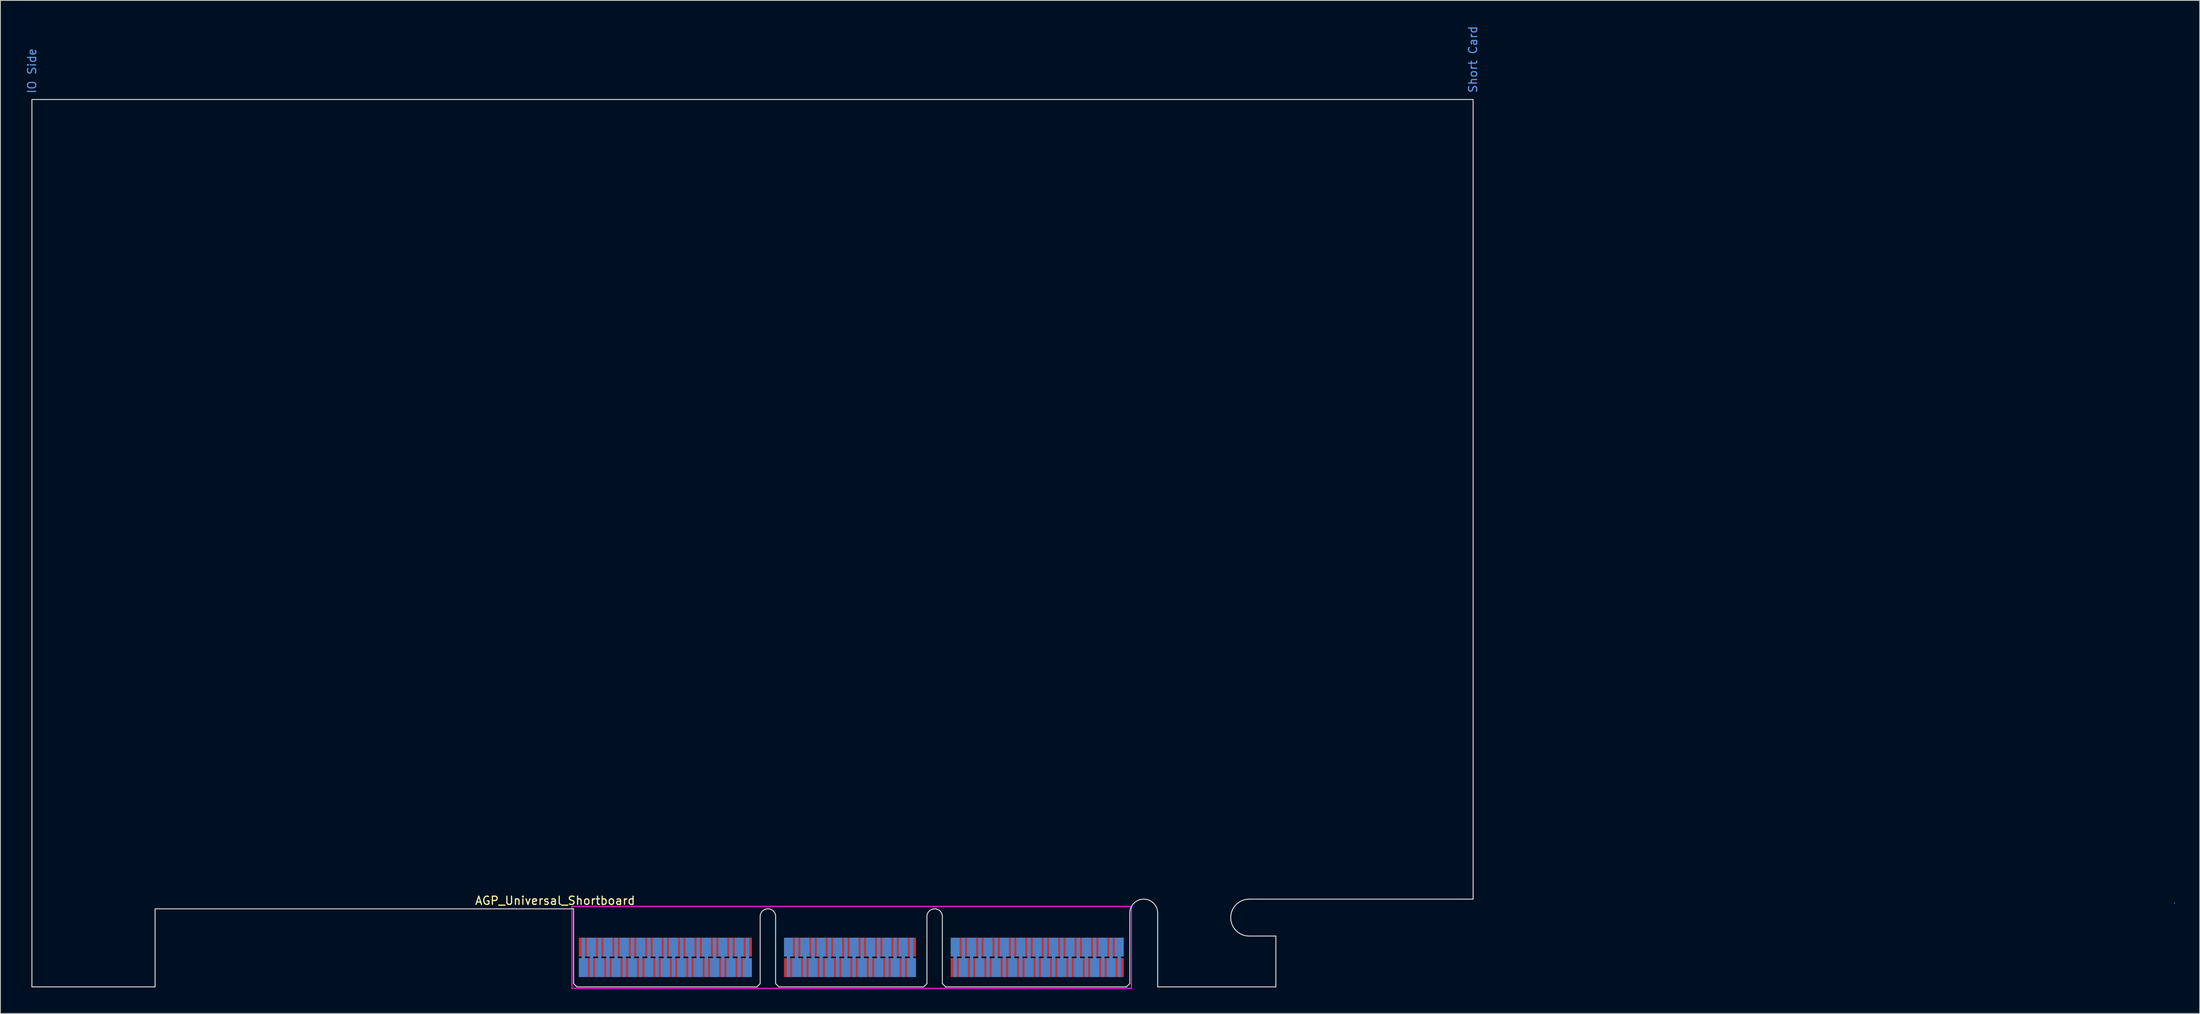
<source format=kicad_pcb>
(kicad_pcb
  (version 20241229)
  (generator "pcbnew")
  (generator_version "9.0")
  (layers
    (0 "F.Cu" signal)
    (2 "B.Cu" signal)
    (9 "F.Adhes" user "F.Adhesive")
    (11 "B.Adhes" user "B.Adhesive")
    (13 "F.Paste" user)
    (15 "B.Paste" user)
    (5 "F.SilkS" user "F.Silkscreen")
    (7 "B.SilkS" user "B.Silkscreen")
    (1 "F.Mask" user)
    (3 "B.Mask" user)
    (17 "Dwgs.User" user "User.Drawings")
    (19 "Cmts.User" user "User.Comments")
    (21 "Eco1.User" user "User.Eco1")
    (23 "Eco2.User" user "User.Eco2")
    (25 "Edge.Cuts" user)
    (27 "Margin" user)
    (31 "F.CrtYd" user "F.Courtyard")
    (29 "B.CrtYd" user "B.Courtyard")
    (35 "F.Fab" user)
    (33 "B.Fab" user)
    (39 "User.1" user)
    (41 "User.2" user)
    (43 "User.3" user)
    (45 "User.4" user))
  (footprint "AGP_Universal_Shortboard"
    (layer "F.Cu")
    (at 66.848 107.796)
    (property "Reference" "AGP_Universal_Shortboard" (at -2.25 -1 0) (unlocked yes) (layer "F.SilkS") (effects (font (size 1 1) (thickness 0.15))))
    (fp_line (start 195.1 -0.7) (end 195.1 -0.7) (stroke (width 0.12) (type solid)) (layer "Cmts.User"))
    (fp_line (start -66.01 -98.71) (end 109.62 -98.71) (stroke (width 0.12) (type solid)) (layer "Edge.Cuts"))
    (fp_line (start -66.01 9.52) (end -66.01 -98.71) (stroke (width 0.12) (type solid)) (layer "Edge.Cuts"))
    (fp_line (start -51 0) (end -51 9.52) (stroke (width 0.12) (type solid)) (layer "Edge.Cuts"))
    (fp_line (start -51 9.52) (end -66.01 9.52) (stroke (width 0.12) (type solid)) (layer "Edge.Cuts"))
    (fp_line (start 0 0) (end -51 0) (stroke (width 0.12) (type solid)) (layer "Edge.Cuts"))
    (fp_line (start 0 9.12) (end 0 0) (stroke (width 0.12) (type solid)) (layer "Edge.Cuts"))
    (fp_line (start 0 9.12) (end 0.4 9.52) (stroke (width 0.12) (type solid)) (layer "Edge.Cuts"))
    (fp_line (start 0.4 9.52) (end 22.34 9.52) (stroke (width 0.12) (type solid)) (layer "Edge.Cuts"))
    (fp_line (start 22.74 0.94) (end 22.74 9.12) (stroke (width 0.12) (type solid)) (layer "Edge.Cuts"))
    (fp_line (start 22.74 9.12) (end 22.34 9.52) (stroke (width 0.12) (type solid)) (layer "Edge.Cuts"))
    (fp_line (start 24.62 0.94) (end 24.62 9.12) (stroke (width 0.12) (type solid)) (layer "Edge.Cuts"))
    (fp_line (start 24.62 9.12) (end 25.02 9.52) (stroke (width 0.12) (type solid)) (layer "Edge.Cuts"))
    (fp_line (start 25.02 9.52) (end 42.66 9.52) (stroke (width 0.12) (type solid)) (layer "Edge.Cuts"))
    (fp_line (start 43.06 0.94) (end 43.06 9.12) (stroke (width 0.12) (type solid)) (layer "Edge.Cuts"))
    (fp_line (start 43.06 9.12) (end 42.66 9.52) (stroke (width 0.12) (type solid)) (layer "Edge.Cuts"))
    (fp_line (start 44.94 0.94) (end 44.94 9.12) (stroke (width 0.12) (type solid)) (layer "Edge.Cuts"))
    (fp_line (start 44.94 9.12) (end 45.34 9.52) (stroke (width 0.12) (type solid)) (layer "Edge.Cuts"))
    (fp_line (start 45.34 9.52) (end 67.38 9.52) (stroke (width 0.12) (type solid)) (layer "Edge.Cuts"))
    (fp_line (start 67.78 9.12) (end 67.38 9.52) (stroke (width 0.12) (type solid)) (layer "Edge.Cuts"))
    (fp_line (start 67.78 9.12) (end 67.78 0.52) (stroke (width 0.12) (type solid)) (layer "Edge.Cuts"))
    (fp_line (start 71.18 9.52) (end 71.18 0.52) (stroke (width 0.12) (type solid)) (layer "Edge.Cuts"))
    (fp_line (start 71.18 9.52) (end 85.58 9.52) (stroke (width 0.12) (type solid)) (layer "Edge.Cuts"))
    (fp_line (start 82.33 -1.18) (end 109.62 -1.18) (stroke (width 0.12) (type solid)) (layer "Edge.Cuts"))
    (fp_line (start 85.58 3.32) (end 82.33 3.32) (stroke (width 0.12) (type solid)) (layer "Edge.Cuts"))
    (fp_line (start 85.58 9.52) (end 85.58 3.32) (stroke (width 0.12) (type solid)) (layer "Edge.Cuts"))
    (fp_line (start 109.62 -1.18) (end 109.62 -98.71) (stroke (width 0.12) (type solid)) (layer "Edge.Cuts"))
    (fp_arc (start 22.74 0.94) (mid 23.68 0) (end 24.62 0.94) (stroke (width 0.12) (type solid)) (layer "Edge.Cuts"))
    (fp_arc (start 43.06 0.94) (mid 44 0) (end 44.94 0.94) (stroke (width 0.12) (type solid)) (layer "Edge.Cuts"))
    (fp_arc (start 67.78 0.52) (mid 69.48 -1.18) (end 71.18 0.52) (stroke (width 0.12) (type solid)) (layer "Edge.Cuts"))
    (fp_arc (start 82.33 3.32) (mid 80.08 1.07) (end 82.33 -1.18) (stroke (width 0.12) (type solid)) (layer "Edge.Cuts"))
    (fp_rect (start -0.2 -0.3) (end 67.98 9.7) (stroke (width 0.12) (type solid)) (fill no) (layer "F.CrtYd"))
    (fp_text user "IO Side" (at -66 -102.2 90) (unlocked yes) (layer "Cmts.User") (effects (font (size 1 1) (thickness 0.15))))
    (fp_text user "Short Card" (at 109.6 -103.6 90) (unlocked yes) (layer "Cmts.User") (effects (font (size 1 1) (thickness 0.15))))
    (pad "A1" connect custom (at 1.18 7.17) (size 1.09 2.3) (layers "B.Cu" "B.Mask") (options (anchor rect)) (primitives (gr_poly (pts (xy -0.205 -1.15) (xy 0.205 -1.15) (xy 0.205 -3.65) (xy -0.205 -3.65)) (width 0) (fill yes))))
    (pad "A2" connect custom (at 2.18 4.67 180) (size 1.09 2.3) (layers "B.Cu" "B.Mask") (options (anchor rect)) (primitives (gr_poly (pts (xy -0.205 -1.15) (xy 0.205 -1.15) (xy 0.205 -3.65) (xy -0.205 -3.65)) (width 0) (fill yes))))
    (pad "A3" connect custom (at 3.18 7.17) (size 1.09 2.3) (layers "B.Cu" "B.Mask") (options (anchor rect)) (primitives (gr_poly (pts (xy -0.205 -1.15) (xy 0.205 -1.15) (xy 0.205 -3.65) (xy -0.205 -3.65)) (width 0) (fill yes))))
    (pad "A4" connect custom (at 4.18 4.67 180) (size 1.09 2.3) (layers "B.Cu" "B.Mask") (options (anchor rect)) (primitives (gr_poly (pts (xy -0.205 -1.15) (xy 0.205 -1.15) (xy 0.205 -3.65) (xy -0.205 -3.65)) (width 0) (fill yes))))
    (pad "A5" connect custom (at 5.18 7.17) (size 1.09 2.3) (layers "B.Cu" "B.Mask") (options (anchor rect)) (primitives (gr_poly (pts (xy -0.205 -1.15) (xy 0.205 -1.15) (xy 0.205 -3.65) (xy -0.205 -3.65)) (width 0) (fill yes))))
    (pad "A6" connect custom (at 6.18 4.67 180) (size 1.09 2.3) (layers "B.Cu" "B.Mask") (options (anchor rect)) (primitives (gr_poly (pts (xy -0.205 -1.15) (xy 0.205 -1.15) (xy 0.205 -3.65) (xy -0.205 -3.65)) (width 0) (fill yes))))
    (pad "A7" connect custom (at 7.18 7.17) (size 1.09 2.3) (layers "B.Cu" "B.Mask") (options (anchor rect)) (primitives (gr_poly (pts (xy -0.205 -1.15) (xy 0.205 -1.15) (xy 0.205 -3.65) (xy -0.205 -3.65)) (width 0) (fill yes))))
    (pad "A8" connect custom (at 8.18 4.67 180) (size 1.09 2.3) (layers "B.Cu" "B.Mask") (options (anchor rect)) (primitives (gr_poly (pts (xy -0.205 -1.15) (xy 0.205 -1.15) (xy 0.205 -3.65) (xy -0.205 -3.65)) (width 0) (fill yes))))
    (pad "A9" connect custom (at 9.18 7.17) (size 1.09 2.3) (layers "B.Cu" "B.Mask") (options (anchor rect)) (primitives (gr_poly (pts (xy -0.205 -1.15) (xy 0.205 -1.15) (xy 0.205 -3.65) (xy -0.205 -3.65)) (width 0) (fill yes))))
    (pad "A10" connect custom (at 10.18 4.67 180) (size 1.09 2.3) (layers "B.Cu" "B.Mask") (options (anchor rect)) (primitives (gr_poly (pts (xy -0.205 -1.15) (xy 0.205 -1.15) (xy 0.205 -3.65) (xy -0.205 -3.65)) (width 0) (fill yes))))
    (pad "A11" connect custom (at 11.18 7.17) (size 1.09 2.3) (layers "B.Cu" "B.Mask") (options (anchor rect)) (primitives (gr_poly (pts (xy -0.205 -1.15) (xy 0.205 -1.15) (xy 0.205 -3.65) (xy -0.205 -3.65)) (width 0) (fill yes))))
    (pad "A12" connect custom (at 12.18 4.67 180) (size 1.09 2.3) (layers "B.Cu" "B.Mask") (options (anchor rect)) (primitives (gr_poly (pts (xy -0.205 -1.15) (xy 0.205 -1.15) (xy 0.205 -3.65) (xy -0.205 -3.65)) (width 0) (fill yes))))
    (pad "A13" connect custom (at 13.18 7.17) (size 1.09 2.3) (layers "B.Cu" "B.Mask") (options (anchor rect)) (primitives (gr_poly (pts (xy -0.205 -1.15) (xy 0.205 -1.15) (xy 0.205 -3.65) (xy -0.205 -3.65)) (width 0) (fill yes))))
    (pad "A14" connect custom (at 14.18 4.67 180) (size 1.09 2.3) (layers "B.Cu" "B.Mask") (options (anchor rect)) (primitives (gr_poly (pts (xy -0.205 -1.15) (xy 0.205 -1.15) (xy 0.205 -3.65) (xy -0.205 -3.65)) (width 0) (fill yes))))
    (pad "A15" connect custom (at 15.18 7.17) (size 1.09 2.3) (layers "B.Cu" "B.Mask") (options (anchor rect)) (primitives (gr_poly (pts (xy -0.205 -1.15) (xy 0.205 -1.15) (xy 0.205 -3.65) (xy -0.205 -3.65)) (width 0) (fill yes))))
    (pad "A16" connect custom (at 16.18 4.67 180) (size 1.09 2.3) (layers "B.Cu" "B.Mask") (options (anchor rect)) (primitives (gr_poly (pts (xy -0.205 -1.15) (xy 0.205 -1.15) (xy 0.205 -3.65) (xy -0.205 -3.65)) (width 0) (fill yes))))
    (pad "A17" connect custom (at 17.18 7.17) (size 1.09 2.3) (layers "B.Cu" "B.Mask") (options (anchor rect)) (primitives (gr_poly (pts (xy -0.205 -1.15) (xy 0.205 -1.15) (xy 0.205 -3.65) (xy -0.205 -3.65)) (width 0) (fill yes))))
    (pad "A18" connect custom (at 18.18 4.67 180) (size 1.09 2.3) (layers "B.Cu" "B.Mask") (options (anchor rect)) (primitives (gr_poly (pts (xy -0.205 -1.15) (xy 0.205 -1.15) (xy 0.205 -3.65) (xy -0.205 -3.65)) (width 0) (fill yes))))
    (pad "A19" connect custom (at 19.18 7.17) (size 1.09 2.3) (layers "B.Cu" "B.Mask") (options (anchor rect)) (primitives (gr_poly (pts (xy -0.205 -1.15) (xy 0.205 -1.15) (xy 0.205 -3.65) (xy -0.205 -3.65)) (width 0) (fill yes))))
    (pad "A20" connect custom (at 20.18 4.67 180) (size 1.09 2.3) (layers "B.Cu" "B.Mask") (options (anchor rect)) (primitives (gr_poly (pts (xy -0.205 -1.15) (xy 0.205 -1.15) (xy 0.205 -3.65) (xy -0.205 -3.65)) (width 0) (fill yes))))
    (pad "A21" connect custom (at 21.18 7.17) (size 1.09 2.3) (layers "B.Cu" "B.Mask") (options (anchor rect)) (primitives (gr_poly (pts (xy -0.205 -1.15) (xy 0.205 -1.15) (xy 0.205 -3.65) (xy -0.205 -3.65)) (width 0) (fill yes))))
    (pad "A26" connect custom (at 26.18 4.67 180) (size 1.09 2.3) (layers "B.Cu" "B.Mask") (options (anchor rect)) (primitives (gr_poly (pts (xy -0.205 -1.15) (xy 0.205 -1.15) (xy 0.205 -3.65) (xy -0.205 -3.65)) (width 0) (fill yes))))
    (pad "A27" connect custom (at 27.18 7.17) (size 1.09 2.3) (layers "B.Cu" "B.Mask") (options (anchor rect)) (primitives (gr_poly (pts (xy -0.205 -1.15) (xy 0.205 -1.15) (xy 0.205 -3.65) (xy -0.205 -3.65)) (width 0) (fill yes))))
    (pad "A28" connect custom (at 28.18 4.67 180) (size 1.09 2.3) (layers "B.Cu" "B.Mask") (options (anchor rect)) (primitives (gr_poly (pts (xy -0.205 -1.15) (xy 0.205 -1.15) (xy 0.205 -3.65) (xy -0.205 -3.65)) (width 0) (fill yes))))
    (pad "A29" connect custom (at 29.18 7.17) (size 1.09 2.3) (layers "B.Cu" "B.Mask") (options (anchor rect)) (primitives (gr_poly (pts (xy -0.205 -1.15) (xy 0.205 -1.15) (xy 0.205 -3.65) (xy -0.205 -3.65)) (width 0) (fill yes))))
    (pad "A30" connect custom (at 30.18 4.67 180) (size 1.09 2.3) (layers "B.Cu" "B.Mask") (options (anchor rect)) (primitives (gr_poly (pts (xy -0.205 -1.15) (xy 0.205 -1.15) (xy 0.205 -3.65) (xy -0.205 -3.65)) (width 0) (fill yes))))
    (pad "A31" connect custom (at 31.18 7.17) (size 1.09 2.3) (layers "B.Cu" "B.Mask") (options (anchor rect)) (primitives (gr_poly (pts (xy -0.205 -1.15) (xy 0.205 -1.15) (xy 0.205 -3.65) (xy -0.205 -3.65)) (width 0) (fill yes))))
    (pad "A32" connect custom (at 32.18 4.67 180) (size 1.09 2.3) (layers "B.Cu" "B.Mask") (options (anchor rect)) (primitives (gr_poly (pts (xy -0.205 -1.15) (xy 0.205 -1.15) (xy 0.205 -3.65) (xy -0.205 -3.65)) (width 0) (fill yes))))
    (pad "A33" connect custom (at 33.18 7.17) (size 1.09 2.3) (layers "B.Cu" "B.Mask") (options (anchor rect)) (primitives (gr_poly (pts (xy -0.205 -1.15) (xy 0.205 -1.15) (xy 0.205 -3.65) (xy -0.205 -3.65)) (width 0) (fill yes))))
    (pad "A34" connect custom (at 34.18 4.67 180) (size 1.09 2.3) (layers "B.Cu" "B.Mask") (options (anchor rect)) (primitives (gr_poly (pts (xy -0.205 -1.15) (xy 0.205 -1.15) (xy 0.205 -3.65) (xy -0.205 -3.65)) (width 0) (fill yes))))
    (pad "A35" connect custom (at 35.18 7.17) (size 1.09 2.3) (layers "B.Cu" "B.Mask") (options (anchor rect)) (primitives (gr_poly (pts (xy -0.205 -1.15) (xy 0.205 -1.15) (xy 0.205 -3.65) (xy -0.205 -3.65)) (width 0) (fill yes))))
    (pad "A36" connect custom (at 36.18 4.67 180) (size 1.09 2.3) (layers "B.Cu" "B.Mask") (options (anchor rect)) (primitives (gr_poly (pts (xy -0.205 -1.15) (xy 0.205 -1.15) (xy 0.205 -3.65) (xy -0.205 -3.65)) (width 0) (fill yes))))
    (pad "A37" connect custom (at 37.18 7.17) (size 1.09 2.3) (layers "B.Cu" "B.Mask") (options (anchor rect)) (primitives (gr_poly (pts (xy -0.205 -1.15) (xy 0.205 -1.15) (xy 0.205 -3.65) (xy -0.205 -3.65)) (width 0) (fill yes))))
    (pad "A38" connect custom (at 38.18 4.67 180) (size 1.09 2.3) (layers "B.Cu" "B.Mask") (options (anchor rect)) (primitives (gr_poly (pts (xy -0.205 -1.15) (xy 0.205 -1.15) (xy 0.205 -3.65) (xy -0.205 -3.65)) (width 0) (fill yes))))
    (pad "A39" connect custom (at 39.18 7.17) (size 1.09 2.3) (layers "B.Cu" "B.Mask") (options (anchor rect)) (primitives (gr_poly (pts (xy -0.205 -1.15) (xy 0.205 -1.15) (xy 0.205 -3.65) (xy -0.205 -3.65)) (width 0) (fill yes))))
    (pad "A40" connect custom (at 40.18 4.67 180) (size 1.09 2.3) (layers "B.Cu" "B.Mask") (options (anchor rect)) (primitives (gr_poly (pts (xy -0.205 -1.15) (xy 0.205 -1.15) (xy 0.205 -3.65) (xy -0.205 -3.65)) (width 0) (fill yes))))
    (pad "A41" connect custom (at 41.18 7.17) (size 1.09 2.3) (layers "B.Cu" "B.Mask") (options (anchor rect)) (primitives (gr_poly (pts (xy -0.205 -1.15) (xy 0.205 -1.15) (xy 0.205 -3.65) (xy -0.205 -3.65)) (width 0) (fill yes))))
    (pad "A46" connect custom (at 46.5 4.67 180) (size 1.09 2.3) (layers "B.Cu" "B.Mask") (options (anchor rect)) (primitives (gr_poly (pts (xy -0.205 -1.15) (xy 0.205 -1.15) (xy 0.205 -3.65) (xy -0.205 -3.65)) (width 0) (fill yes))))
    (pad "A47" connect custom (at 47.5 7.17) (size 1.09 2.3) (layers "B.Cu" "B.Mask") (options (anchor rect)) (primitives (gr_poly (pts (xy -0.205 -1.15) (xy 0.205 -1.15) (xy 0.205 -3.65) (xy -0.205 -3.65)) (width 0) (fill yes))))
    (pad "A48" connect custom (at 48.5 4.67 180) (size 1.09 2.3) (layers "B.Cu" "B.Mask") (options (anchor rect)) (primitives (gr_poly (pts (xy -0.205 -1.15) (xy 0.205 -1.15) (xy 0.205 -3.65) (xy -0.205 -3.65)) (width 0) (fill yes))))
    (pad "A49" connect custom (at 49.5 7.17) (size 1.09 2.3) (layers "B.Cu" "B.Mask") (options (anchor rect)) (primitives (gr_poly (pts (xy -0.205 -1.15) (xy 0.205 -1.15) (xy 0.205 -3.65) (xy -0.205 -3.65)) (width 0) (fill yes))))
    (pad "A50" connect custom (at 50.5 4.67 180) (size 1.09 2.3) (layers "B.Cu" "B.Mask") (options (anchor rect)) (primitives (gr_poly (pts (xy -0.205 -1.15) (xy 0.205 -1.15) (xy 0.205 -3.65) (xy -0.205 -3.65)) (width 0) (fill yes))))
    (pad "A51" connect custom (at 51.5 7.17) (size 1.09 2.3) (layers "B.Cu" "B.Mask") (options (anchor rect)) (primitives (gr_poly (pts (xy -0.205 -1.15) (xy 0.205 -1.15) (xy 0.205 -3.65) (xy -0.205 -3.65)) (width 0) (fill yes))))
    (pad "A52" connect custom (at 52.5 4.67 180) (size 1.09 2.3) (layers "B.Cu" "B.Mask") (options (anchor rect)) (primitives (gr_poly (pts (xy -0.205 -1.15) (xy 0.205 -1.15) (xy 0.205 -3.65) (xy -0.205 -3.65)) (width 0) (fill yes))))
    (pad "A53" connect custom (at 53.5 7.17) (size 1.09 2.3) (layers "B.Cu" "B.Mask") (options (anchor rect)) (primitives (gr_poly (pts (xy -0.205 -1.15) (xy 0.205 -1.15) (xy 0.205 -3.65) (xy -0.205 -3.65)) (width 0) (fill yes))))
    (pad "A54" connect custom (at 54.5 4.67 180) (size 1.09 2.3) (layers "B.Cu" "B.Mask") (options (anchor rect)) (primitives (gr_poly (pts (xy -0.205 -1.15) (xy 0.205 -1.15) (xy 0.205 -3.65) (xy -0.205 -3.65)) (width 0) (fill yes))))
    (pad "A55" connect custom (at 55.5 7.17) (size 1.09 2.3) (layers "B.Cu" "B.Mask") (options (anchor rect)) (primitives (gr_poly (pts (xy -0.205 -1.15) (xy 0.205 -1.15) (xy 0.205 -3.65) (xy -0.205 -3.65)) (width 0) (fill yes))))
    (pad "A56" connect custom (at 56.5 4.67 180) (size 1.09 2.3) (layers "B.Cu" "B.Mask") (options (anchor rect)) (primitives (gr_poly (pts (xy -0.205 -1.15) (xy 0.205 -1.15) (xy 0.205 -3.65) (xy -0.205 -3.65)) (width 0) (fill yes))))
    (pad "A57" connect custom (at 57.5 7.17) (size 1.09 2.3) (layers "B.Cu" "B.Mask") (options (anchor rect)) (primitives (gr_poly (pts (xy -0.205 -1.15) (xy 0.205 -1.15) (xy 0.205 -3.65) (xy -0.205 -3.65)) (width 0) (fill yes))))
    (pad "A58" connect custom (at 58.5 4.67 180) (size 1.09 2.3) (layers "B.Cu" "B.Mask") (options (anchor rect)) (primitives (gr_poly (pts (xy -0.205 -1.15) (xy 0.205 -1.15) (xy 0.205 -3.65) (xy -0.205 -3.65)) (width 0) (fill yes))))
    (pad "A59" connect custom (at 59.5 7.17) (size 1.09 2.3) (layers "B.Cu" "B.Mask") (options (anchor rect)) (primitives (gr_poly (pts (xy -0.205 -1.15) (xy 0.205 -1.15) (xy 0.205 -3.65) (xy -0.205 -3.65)) (width 0) (fill yes))))
    (pad "A60" connect custom (at 60.5 4.67 180) (size 1.09 2.3) (layers "B.Cu" "B.Mask") (options (anchor rect)) (primitives (gr_poly (pts (xy -0.205 -1.15) (xy 0.205 -1.15) (xy 0.205 -3.65) (xy -0.205 -3.65)) (width 0) (fill yes))))
    (pad "A61" connect custom (at 61.5 7.17) (size 1.09 2.3) (layers "B.Cu" "B.Mask") (options (anchor rect)) (primitives (gr_poly (pts (xy -0.205 -1.15) (xy 0.205 -1.15) (xy 0.205 -3.65) (xy -0.205 -3.65)) (width 0) (fill yes))))
    (pad "A62" connect custom (at 62.5 4.67 180) (size 1.09 2.3) (layers "B.Cu" "B.Mask") (options (anchor rect)) (primitives (gr_poly (pts (xy -0.205 -1.15) (xy 0.205 -1.15) (xy 0.205 -3.65) (xy -0.205 -3.65)) (width 0) (fill yes))))
    (pad "A63" connect custom (at 63.5 7.17) (size 1.09 2.3) (layers "B.Cu" "B.Mask") (options (anchor rect)) (primitives (gr_poly (pts (xy -0.205 -1.15) (xy 0.205 -1.15) (xy 0.205 -3.65) (xy -0.205 -3.65)) (width 0) (fill yes))))
    (pad "A64" connect custom (at 64.5 4.67 180) (size 1.09 2.3) (layers "B.Cu" "B.Mask") (options (anchor rect)) (primitives (gr_poly (pts (xy -0.205 -1.15) (xy 0.205 -1.15) (xy 0.205 -3.65) (xy -0.205 -3.65)) (width 0) (fill yes))))
    (pad "A65" connect custom (at 65.5 7.17) (size 1.09 2.3) (layers "B.Cu" "B.Mask") (options (anchor rect)) (primitives (gr_poly (pts (xy -0.205 -1.15) (xy 0.205 -1.15) (xy 0.205 -3.65) (xy -0.205 -3.65)) (width 0) (fill yes))))
    (pad "A66" connect custom (at 66.5 4.67 180) (size 1.09 2.3) (layers "B.Cu" "B.Mask") (options (anchor rect)) (primitives (gr_poly (pts (xy -0.205 -1.15) (xy 0.205 -1.15) (xy 0.205 -3.65) (xy -0.205 -3.65)) (width 0) (fill yes))))
    (pad "B1" connect custom (at 1.18 4.67 180) (size 1.09 2.3) (layers "F.Cu" "F.Mask") (options (anchor rect)) (primitives (gr_poly (pts (xy -0.205 -1.15) (xy 0.205 -1.15) (xy 0.205 -3.65) (xy -0.205 -3.65)) (width 0) (fill yes))))
    (pad "B2" connect custom (at 2.18 7.17) (size 1.09 2.3) (layers "F.Cu" "F.Mask") (options (anchor rect)) (primitives (gr_poly (pts (xy -0.205 -1.15) (xy 0.205 -1.15) (xy 0.205 -3.65) (xy -0.205 -3.65)) (width 0) (fill yes))))
    (pad "B3" connect custom (at 3.18 4.67 180) (size 1.09 2.3) (layers "F.Cu" "F.Mask") (options (anchor rect)) (primitives (gr_poly (pts (xy -0.205 -1.15) (xy 0.205 -1.15) (xy 0.205 -3.65) (xy -0.205 -3.65)) (width 0) (fill yes))))
    (pad "B4" connect custom (at 4.18 7.17) (size 1.09 2.3) (layers "F.Cu" "F.Mask") (options (anchor rect)) (primitives (gr_poly (pts (xy -0.205 -1.15) (xy 0.205 -1.15) (xy 0.205 -3.65) (xy -0.205 -3.65)) (width 0) (fill yes))))
    (pad "B5" connect custom (at 5.18 4.67 180) (size 1.09 2.3) (layers "F.Cu" "F.Mask") (options (anchor rect)) (primitives (gr_poly (pts (xy -0.205 -1.15) (xy 0.205 -1.15) (xy 0.205 -3.65) (xy -0.205 -3.65)) (width 0) (fill yes))))
    (pad "B6" connect custom (at 6.18 7.17) (size 1.09 2.3) (layers "F.Cu" "F.Mask") (options (anchor rect)) (primitives (gr_poly (pts (xy -0.205 -1.15) (xy 0.205 -1.15) (xy 0.205 -3.65) (xy -0.205 -3.65)) (width 0) (fill yes))))
    (pad "B7" connect custom (at 7.18 4.67 180) (size 1.09 2.3) (layers "F.Cu" "F.Mask") (options (anchor rect)) (primitives (gr_poly (pts (xy -0.205 -1.15) (xy 0.205 -1.15) (xy 0.205 -3.65) (xy -0.205 -3.65)) (width 0) (fill yes))))
    (pad "B8" connect custom (at 8.18 7.17) (size 1.09 2.3) (layers "F.Cu" "F.Mask") (options (anchor rect)) (primitives (gr_poly (pts (xy -0.205 -1.15) (xy 0.205 -1.15) (xy 0.205 -3.65) (xy -0.205 -3.65)) (width 0) (fill yes))))
    (pad "B9" connect custom (at 9.18 4.67 180) (size 1.09 2.3) (layers "F.Cu" "F.Mask") (options (anchor rect)) (primitives (gr_poly (pts (xy -0.205 -1.15) (xy 0.205 -1.15) (xy 0.205 -3.65) (xy -0.205 -3.65)) (width 0) (fill yes))))
    (pad "B10" connect custom (at 10.18 7.17) (size 1.09 2.3) (layers "F.Cu" "F.Mask") (options (anchor rect)) (primitives (gr_poly (pts (xy -0.205 -1.15) (xy 0.205 -1.15) (xy 0.205 -3.65) (xy -0.205 -3.65)) (width 0) (fill yes))))
    (pad "B11" connect custom (at 11.18 4.67 180) (size 1.09 2.3) (layers "F.Cu" "F.Mask") (options (anchor rect)) (primitives (gr_poly (pts (xy -0.205 -1.15) (xy 0.205 -1.15) (xy 0.205 -3.65) (xy -0.205 -3.65)) (width 0) (fill yes))))
    (pad "B12" connect custom (at 12.18 7.17) (size 1.09 2.3) (layers "F.Cu" "F.Mask") (options (anchor rect)) (primitives (gr_poly (pts (xy -0.205 -1.15) (xy 0.205 -1.15) (xy 0.205 -3.65) (xy -0.205 -3.65)) (width 0) (fill yes))))
    (pad "B13" connect custom (at 13.18 4.67 180) (size 1.09 2.3) (layers "F.Cu" "F.Mask") (options (anchor rect)) (primitives (gr_poly (pts (xy -0.205 -1.15) (xy 0.205 -1.15) (xy 0.205 -3.65) (xy -0.205 -3.65)) (width 0) (fill yes))))
    (pad "B14" connect custom (at 14.18 7.17) (size 1.09 2.3) (layers "F.Cu" "F.Mask") (options (anchor rect)) (primitives (gr_poly (pts (xy -0.205 -1.15) (xy 0.205 -1.15) (xy 0.205 -3.65) (xy -0.205 -3.65)) (width 0) (fill yes))))
    (pad "B15" connect custom (at 15.18 4.67 180) (size 1.09 2.3) (layers "F.Cu" "F.Mask") (options (anchor rect)) (primitives (gr_poly (pts (xy -0.205 -1.15) (xy 0.205 -1.15) (xy 0.205 -3.65) (xy -0.205 -3.65)) (width 0) (fill yes))))
    (pad "B16" connect custom (at 16.18 7.17) (size 1.09 2.3) (layers "F.Cu" "F.Mask") (options (anchor rect)) (primitives (gr_poly (pts (xy -0.205 -1.15) (xy 0.205 -1.15) (xy 0.205 -3.65) (xy -0.205 -3.65)) (width 0) (fill yes))))
    (pad "B17" connect custom (at 17.18 4.67 180) (size 1.09 2.3) (layers "F.Cu" "F.Mask") (options (anchor rect)) (primitives (gr_poly (pts (xy -0.205 -1.15) (xy 0.205 -1.15) (xy 0.205 -3.65) (xy -0.205 -3.65)) (width 0) (fill yes))))
    (pad "B18" connect custom (at 18.18 7.17) (size 1.09 2.3) (layers "F.Cu" "F.Mask") (options (anchor rect)) (primitives (gr_poly (pts (xy -0.205 -1.15) (xy 0.205 -1.15) (xy 0.205 -3.65) (xy -0.205 -3.65)) (width 0) (fill yes))))
    (pad "B19" connect custom (at 19.18 4.67 180) (size 1.09 2.3) (layers "F.Cu" "F.Mask") (options (anchor rect)) (primitives (gr_poly (pts (xy -0.205 -1.15) (xy 0.205 -1.15) (xy 0.205 -3.65) (xy -0.205 -3.65)) (width 0) (fill yes))))
    (pad "B20" connect custom (at 20.18 7.17) (size 1.09 2.3) (layers "F.Cu" "F.Mask") (options (anchor rect)) (primitives (gr_poly (pts (xy -0.205 -1.15) (xy 0.205 -1.15) (xy 0.205 -3.65) (xy -0.205 -3.65)) (width 0) (fill yes))))
    (pad "B21" connect custom (at 21.18 4.67 180) (size 1.09 2.3) (layers "F.Cu" "F.Mask") (options (anchor rect)) (primitives (gr_poly (pts (xy -0.205 -1.15) (xy 0.205 -1.15) (xy 0.205 -3.65) (xy -0.205 -3.65)) (width 0) (fill yes))))
    (pad "B26" connect custom (at 26.18 7.17) (size 1.09 2.3) (layers "F.Cu" "F.Mask") (options (anchor rect)) (primitives (gr_poly (pts (xy -0.205 -1.15) (xy 0.205 -1.15) (xy 0.205 -3.65) (xy -0.205 -3.65)) (width 0) (fill yes))))
    (pad "B27" connect custom (at 27.18 4.67 180) (size 1.09 2.3) (layers "F.Cu" "F.Mask") (options (anchor rect)) (primitives (gr_poly (pts (xy -0.205 -1.15) (xy 0.205 -1.15) (xy 0.205 -3.65) (xy -0.205 -3.65)) (width 0) (fill yes))))
    (pad "B28" connect custom (at 28.18 7.17) (size 1.09 2.3) (layers "F.Cu" "F.Mask") (options (anchor rect)) (primitives (gr_poly (pts (xy -0.205 -1.15) (xy 0.205 -1.15) (xy 0.205 -3.65) (xy -0.205 -3.65)) (width 0) (fill yes))))
    (pad "B29" connect custom (at 29.18 4.67 180) (size 1.09 2.3) (layers "F.Cu" "F.Mask") (options (anchor rect)) (primitives (gr_poly (pts (xy -0.205 -1.15) (xy 0.205 -1.15) (xy 0.205 -3.65) (xy -0.205 -3.65)) (width 0) (fill yes))))
    (pad "B30" connect custom (at 30.18 7.17) (size 1.09 2.3) (layers "F.Cu" "F.Mask") (options (anchor rect)) (primitives (gr_poly (pts (xy -0.205 -1.15) (xy 0.205 -1.15) (xy 0.205 -3.65) (xy -0.205 -3.65)) (width 0) (fill yes))))
    (pad "B31" connect custom (at 31.18 4.67 180) (size 1.09 2.3) (layers "F.Cu" "F.Mask") (options (anchor rect)) (primitives (gr_poly (pts (xy -0.205 -1.15) (xy 0.205 -1.15) (xy 0.205 -3.65) (xy -0.205 -3.65)) (width 0) (fill yes))))
    (pad "B32" connect custom (at 32.18 7.17) (size 1.09 2.3) (layers "F.Cu" "F.Mask") (options (anchor rect)) (primitives (gr_poly (pts (xy -0.205 -1.15) (xy 0.205 -1.15) (xy 0.205 -3.65) (xy -0.205 -3.65)) (width 0) (fill yes))))
    (pad "B33" connect custom (at 33.18 4.67 180) (size 1.09 2.3) (layers "F.Cu" "F.Mask") (options (anchor rect)) (primitives (gr_poly (pts (xy -0.205 -1.15) (xy 0.205 -1.15) (xy 0.205 -3.65) (xy -0.205 -3.65)) (width 0) (fill yes))))
    (pad "B34" connect custom (at 34.18 7.17) (size 1.09 2.3) (layers "F.Cu" "F.Mask") (options (anchor rect)) (primitives (gr_poly (pts (xy -0.205 -1.15) (xy 0.205 -1.15) (xy 0.205 -3.65) (xy -0.205 -3.65)) (width 0) (fill yes))))
    (pad "B35" connect custom (at 35.18 4.67 180) (size 1.09 2.3) (layers "F.Cu" "F.Mask") (options (anchor rect)) (primitives (gr_poly (pts (xy -0.205 -1.15) (xy 0.205 -1.15) (xy 0.205 -3.65) (xy -0.205 -3.65)) (width 0) (fill yes))))
    (pad "B36" connect custom (at 36.18 7.17) (size 1.09 2.3) (layers "F.Cu" "F.Mask") (options (anchor rect)) (primitives (gr_poly (pts (xy -0.205 -1.15) (xy 0.205 -1.15) (xy 0.205 -3.65) (xy -0.205 -3.65)) (width 0) (fill yes))))
    (pad "B37" connect custom (at 37.18 4.67 180) (size 1.09 2.3) (layers "F.Cu" "F.Mask") (options (anchor rect)) (primitives (gr_poly (pts (xy -0.205 -1.15) (xy 0.205 -1.15) (xy 0.205 -3.65) (xy -0.205 -3.65)) (width 0) (fill yes))))
    (pad "B38" connect custom (at 38.18 7.17) (size 1.09 2.3) (layers "F.Cu" "F.Mask") (options (anchor rect)) (primitives (gr_poly (pts (xy -0.205 -1.15) (xy 0.205 -1.15) (xy 0.205 -3.65) (xy -0.205 -3.65)) (width 0) (fill yes))))
    (pad "B39" connect custom (at 39.18 4.67 180) (size 1.09 2.3) (layers "F.Cu" "F.Mask") (options (anchor rect)) (primitives (gr_poly (pts (xy -0.205 -1.15) (xy 0.205 -1.15) (xy 0.205 -3.65) (xy -0.205 -3.65)) (width 0) (fill yes))))
    (pad "B40" connect custom (at 40.18 7.17) (size 1.09 2.3) (layers "F.Cu" "F.Mask") (options (anchor rect)) (primitives (gr_poly (pts (xy -0.205 -1.15) (xy 0.205 -1.15) (xy 0.205 -3.65) (xy -0.205 -3.65)) (width 0) (fill yes))))
    (pad "B41" connect custom (at 41.18 4.67 180) (size 1.09 2.3) (layers "F.Cu" "F.Mask") (options (anchor rect)) (primitives (gr_poly (pts (xy -0.205 -1.15) (xy 0.205 -1.15) (xy 0.205 -3.65) (xy -0.205 -3.65)) (width 0) (fill yes))))
    (pad "B46" connect custom (at 46.5 7.17) (size 1.09 2.3) (layers "F.Cu" "F.Mask") (options (anchor rect)) (primitives (gr_poly (pts (xy -0.205 -1.15) (xy 0.205 -1.15) (xy 0.205 -3.65) (xy -0.205 -3.65)) (width 0) (fill yes))))
    (pad "B47" connect custom (at 47.5 4.67 180) (size 1.09 2.3) (layers "F.Cu" "F.Mask") (options (anchor rect)) (primitives (gr_poly (pts (xy -0.205 -1.15) (xy 0.205 -1.15) (xy 0.205 -3.65) (xy -0.205 -3.65)) (width 0) (fill yes))))
    (pad "B48" connect custom (at 48.5 7.17) (size 1.09 2.3) (layers "F.Cu" "F.Mask") (options (anchor rect)) (primitives (gr_poly (pts (xy -0.205 -1.15) (xy 0.205 -1.15) (xy 0.205 -3.65) (xy -0.205 -3.65)) (width 0) (fill yes))))
    (pad "B49" connect custom (at 49.5 4.67 180) (size 1.09 2.3) (layers "F.Cu" "F.Mask") (options (anchor rect)) (primitives (gr_poly (pts (xy -0.205 -1.15) (xy 0.205 -1.15) (xy 0.205 -3.65) (xy -0.205 -3.65)) (width 0) (fill yes))))
    (pad "B50" connect custom (at 50.5 7.17) (size 1.09 2.3) (layers "F.Cu" "F.Mask") (options (anchor rect)) (primitives (gr_poly (pts (xy -0.205 -1.15) (xy 0.205 -1.15) (xy 0.205 -3.65) (xy -0.205 -3.65)) (width 0) (fill yes))))
    (pad "B51" connect custom (at 51.5 4.67 180) (size 1.09 2.3) (layers "F.Cu" "F.Mask") (options (anchor rect)) (primitives (gr_poly (pts (xy -0.205 -1.15) (xy 0.205 -1.15) (xy 0.205 -3.65) (xy -0.205 -3.65)) (width 0) (fill yes))))
    (pad "B52" connect custom (at 52.5 7.17) (size 1.09 2.3) (layers "F.Cu" "F.Mask") (options (anchor rect)) (primitives (gr_poly (pts (xy -0.205 -1.15) (xy 0.205 -1.15) (xy 0.205 -3.65) (xy -0.205 -3.65)) (width 0) (fill yes))))
    (pad "B53" connect custom (at 53.5 4.67 180) (size 1.09 2.3) (layers "F.Cu" "F.Mask") (options (anchor rect)) (primitives (gr_poly (pts (xy -0.205 -1.15) (xy 0.205 -1.15) (xy 0.205 -3.65) (xy -0.205 -3.65)) (width 0) (fill yes))))
    (pad "B54" connect custom (at 54.5 7.17) (size 1.09 2.3) (layers "F.Cu" "F.Mask") (options (anchor rect)) (primitives (gr_poly (pts (xy -0.205 -1.15) (xy 0.205 -1.15) (xy 0.205 -3.65) (xy -0.205 -3.65)) (width 0) (fill yes))))
    (pad "B55" connect custom (at 55.5 4.67 180) (size 1.09 2.3) (layers "F.Cu" "F.Mask") (options (anchor rect)) (primitives (gr_poly (pts (xy -0.205 -1.15) (xy 0.205 -1.15) (xy 0.205 -3.65) (xy -0.205 -3.65)) (width 0) (fill yes))))
    (pad "B56" connect custom (at 56.5 7.17) (size 1.09 2.3) (layers "F.Cu" "F.Mask") (options (anchor rect)) (primitives (gr_poly (pts (xy -0.205 -1.15) (xy 0.205 -1.15) (xy 0.205 -3.65) (xy -0.205 -3.65)) (width 0) (fill yes))))
    (pad "B57" connect custom (at 57.5 4.67 180) (size 1.09 2.3) (layers "F.Cu" "F.Mask") (options (anchor rect)) (primitives (gr_poly (pts (xy -0.205 -1.15) (xy 0.205 -1.15) (xy 0.205 -3.65) (xy -0.205 -3.65)) (width 0) (fill yes))))
    (pad "B58" connect custom (at 58.5 7.17) (size 1.09 2.3) (layers "F.Cu" "F.Mask") (options (anchor rect)) (primitives (gr_poly (pts (xy -0.205 -1.15) (xy 0.205 -1.15) (xy 0.205 -3.65) (xy -0.205 -3.65)) (width 0) (fill yes))))
    (pad "B59" connect custom (at 59.5 4.67 180) (size 1.09 2.3) (layers "F.Cu" "F.Mask") (options (anchor rect)) (primitives (gr_poly (pts (xy -0.205 -1.15) (xy 0.205 -1.15) (xy 0.205 -3.65) (xy -0.205 -3.65)) (width 0) (fill yes))))
    (pad "B60" connect custom (at 60.5 7.17) (size 1.09 2.3) (layers "F.Cu" "F.Mask") (options (anchor rect)) (primitives (gr_poly (pts (xy -0.205 -1.15) (xy 0.205 -1.15) (xy 0.205 -3.65) (xy -0.205 -3.65)) (width 0) (fill yes))))
    (pad "B61" connect custom (at 61.5 4.67 180) (size 1.09 2.3) (layers "F.Cu" "F.Mask") (options (anchor rect)) (primitives (gr_poly (pts (xy -0.205 -1.15) (xy 0.205 -1.15) (xy 0.205 -3.65) (xy -0.205 -3.65)) (width 0) (fill yes))))
    (pad "B62" connect custom (at 62.5 7.17) (size 1.09 2.3) (layers "F.Cu" "F.Mask") (options (anchor rect)) (primitives (gr_poly (pts (xy -0.205 -1.15) (xy 0.205 -1.15) (xy 0.205 -3.65) (xy -0.205 -3.65)) (width 0) (fill yes))))
    (pad "B63" connect custom (at 63.5 4.67 180) (size 1.09 2.3) (layers "F.Cu" "F.Mask") (options (anchor rect)) (primitives (gr_poly (pts (xy -0.205 -1.15) (xy 0.205 -1.15) (xy 0.205 -3.65) (xy -0.205 -3.65)) (width 0) (fill yes))))
    (pad "B64" connect custom (at 64.5 7.17) (size 1.09 2.3) (layers "F.Cu" "F.Mask") (options (anchor rect)) (primitives (gr_poly (pts (xy -0.205 -1.15) (xy 0.205 -1.15) (xy 0.205 -3.65) (xy -0.205 -3.65)) (width 0) (fill yes))))
    (pad "B65" connect custom (at 65.5 4.67 180) (size 1.09 2.3) (layers "F.Cu" "F.Mask") (options (anchor rect)) (primitives (gr_poly (pts (xy -0.205 -1.15) (xy 0.205 -1.15) (xy 0.205 -3.65) (xy -0.205 -3.65)) (width 0) (fill yes))))
    (pad "B66" connect custom (at 66.5 7.17) (size 1.09 2.3) (layers "F.Cu" "F.Mask") (options (anchor rect)) (primitives (gr_poly (pts (xy -0.205 -1.15) (xy 0.205 -1.15) (xy 0.205 -3.65) (xy -0.205 -3.65)) (width 0) (fill yes)))))
  (gr_rect
    (start -3 -3)
    (end 265.008 120.556)
    (stroke (width 0.1) (type default))
    (fill no)
    (layer "Edge.Cuts")))
</source>
